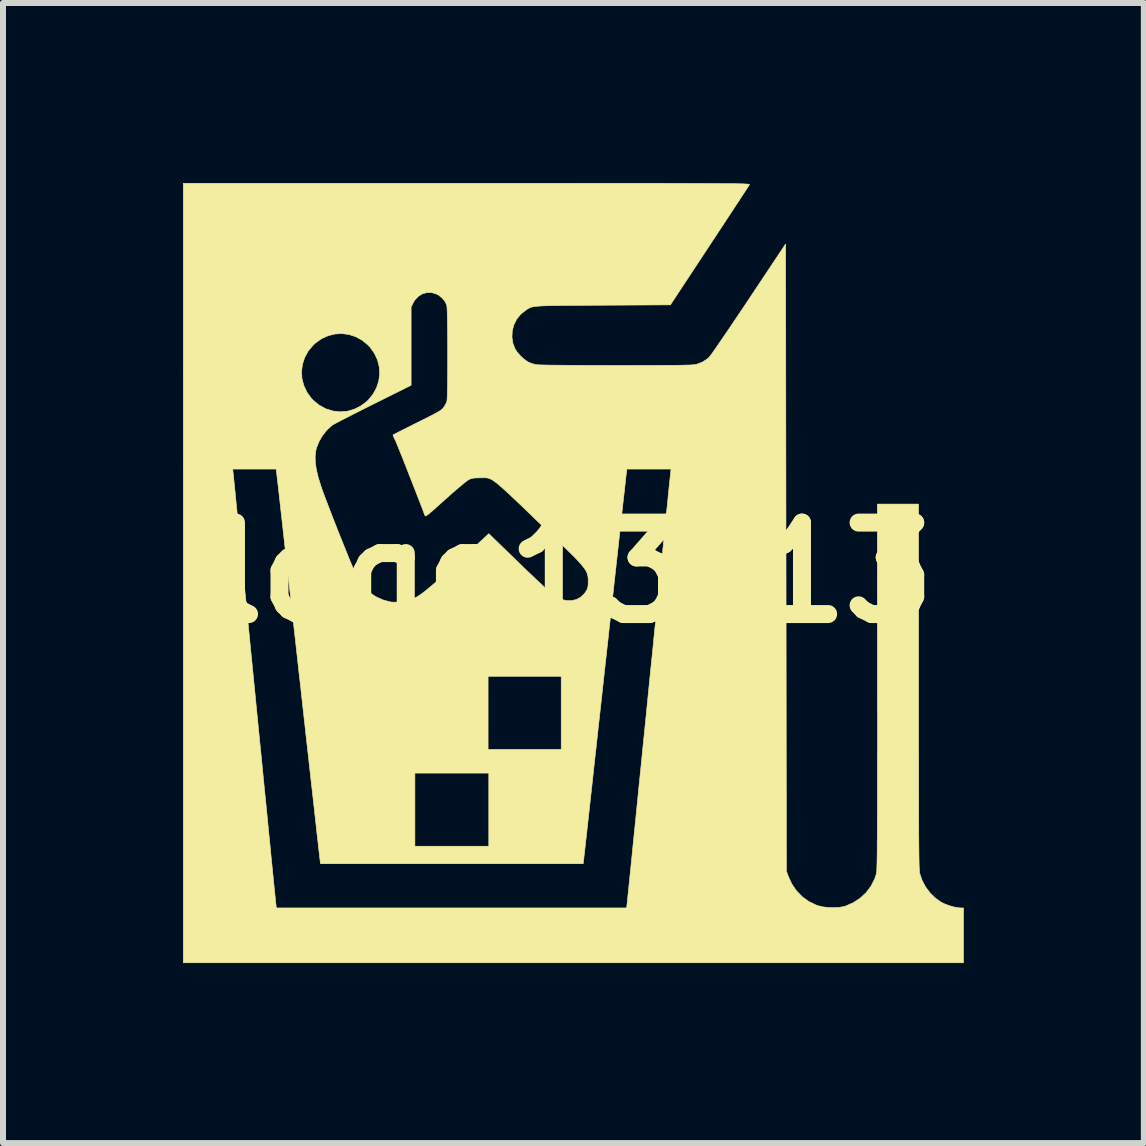
<source format=kicad_pcb>
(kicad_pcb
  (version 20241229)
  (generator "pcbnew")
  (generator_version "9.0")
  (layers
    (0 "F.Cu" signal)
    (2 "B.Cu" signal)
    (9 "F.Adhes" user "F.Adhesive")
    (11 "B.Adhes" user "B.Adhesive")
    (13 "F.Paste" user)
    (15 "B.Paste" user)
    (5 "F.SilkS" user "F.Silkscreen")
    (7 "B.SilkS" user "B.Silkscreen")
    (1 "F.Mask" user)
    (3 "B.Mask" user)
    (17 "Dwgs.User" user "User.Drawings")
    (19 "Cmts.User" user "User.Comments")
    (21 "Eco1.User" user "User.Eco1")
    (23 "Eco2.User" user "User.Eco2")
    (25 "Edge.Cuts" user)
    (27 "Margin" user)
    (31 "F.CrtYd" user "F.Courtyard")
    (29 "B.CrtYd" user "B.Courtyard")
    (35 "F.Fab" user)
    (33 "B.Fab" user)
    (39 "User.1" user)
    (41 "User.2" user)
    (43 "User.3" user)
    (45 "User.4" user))
  (footprint "logo13x13"
    (layer "F.Cu")
    (at 6.507 6.495)
    (property "Reference" "logo13x13" (at 0 0 0) (layer "F.SilkS") (effects (font (size 1.524 1.524) (thickness 0.3))))
    (attr through_hole)
    (fp_poly (pts (xy -1.365 -6.49) (xy -0.978 -6.49) (xy -0.614 -6.49) (xy -0.273 -6.49) (xy 0.045 -6.49) (xy 0.341 -6.489) (xy 0.617 -6.489) (xy 0.873 -6.489) (xy 1.109 -6.489) (xy 1.326 -6.489) (xy 1.526 -6.489) (xy 1.709 -6.488) (xy 1.875 -6.488) (xy 2.026 -6.487) (xy 2.162 -6.487) (xy 2.283 -6.486) (xy 2.392 -6.486) (xy 2.488 -6.485) (xy 2.572 -6.484) (xy 2.645 -6.484) (xy 2.708 -6.483) (xy 2.761 -6.482) (xy 2.806 -6.481) (xy 2.842 -6.48) (xy 2.871 -6.478) (xy 2.894 -6.477) (xy 2.911 -6.476) (xy 2.922 -6.474) (xy 2.93 -6.473) (xy 2.934 -6.471) (xy 2.935 -6.469) (xy 2.935 -6.467) (xy 2.926 -6.454) (xy 2.905 -6.421) (xy 2.871 -6.369) (xy 2.826 -6.301) (xy 2.772 -6.218) (xy 2.708 -6.121) (xy 2.636 -6.011) (xy 2.558 -5.892) (xy 2.473 -5.763) (xy 2.383 -5.627) (xy 2.289 -5.484) (xy 2.27 -5.455) (xy 1.617 -4.464) (xy 0.488 -4.458) (xy 0.29 -4.457) (xy 0.116 -4.456) (xy -0.036 -4.455) (xy -0.167 -4.454) (xy -0.28 -4.452) (xy -0.376 -4.451) (xy -0.456 -4.449) (xy -0.523 -4.446) (xy -0.578 -4.443) (xy -0.622 -4.439) (xy -0.658 -4.435) (xy -0.686 -4.429) (xy -0.71 -4.422) (xy -0.729 -4.414) (xy -0.747 -4.405) (xy -0.764 -4.395) (xy -0.782 -4.383) (xy -0.794 -4.375) (xy -0.879 -4.307) (xy -0.946 -4.224) (xy -0.993 -4.13) (xy -1.019 -4.029) (xy -1.024 -3.923) (xy -1.007 -3.818) (xy -0.975 -3.736) (xy -0.941 -3.682) (xy -0.891 -3.623) (xy -0.834 -3.568) (xy -0.776 -3.525) (xy -0.748 -3.508) (xy -0.698 -3.488) (xy -0.642 -3.472) (xy -0.622 -3.467) (xy -0.598 -3.465) (xy -0.549 -3.463) (xy -0.476 -3.461) (xy -0.38 -3.459) (xy -0.263 -3.458) (xy -0.124 -3.457) (xy 0.035 -3.456) (xy 0.213 -3.455) (xy 0.409 -3.455) (xy 0.623 -3.454) (xy 0.717 -3.454) (xy 0.927 -3.454) (xy 1.114 -3.455) (xy 1.278 -3.455) (xy 1.422 -3.455) (xy 1.546 -3.456) (xy 1.652 -3.456) (xy 1.742 -3.457) (xy 1.817 -3.458) (xy 1.879 -3.46) (xy 1.929 -3.461) (xy 1.969 -3.463) (xy 2 -3.465) (xy 2.024 -3.468) (xy 2.042 -3.471) (xy 2.056 -3.474) (xy 2.058 -3.475) (xy 2.148 -3.509) (xy 2.225 -3.558) (xy 2.264 -3.592) (xy 2.278 -3.61) (xy 2.305 -3.646) (xy 2.344 -3.701) (xy 2.393 -3.772) (xy 2.452 -3.858) (xy 2.52 -3.957) (xy 2.595 -4.067) (xy 2.676 -4.187) (xy 2.762 -4.315) (xy 2.853 -4.45) (xy 2.924 -4.557) (xy 3.537 -5.478) (xy 3.55 4.972) (xy 3.579 5.055) (xy 3.639 5.186) (xy 3.718 5.302) (xy 3.813 5.401) (xy 3.924 5.481) (xy 4.049 5.541) (xy 4.078 5.551) (xy 4.156 5.57) (xy 4.246 5.58) (xy 4.341 5.583) (xy 4.432 5.578) (xy 4.51 5.565) (xy 4.534 5.558) (xy 4.664 5.501) (xy 4.78 5.425) (xy 4.88 5.332) (xy 4.961 5.224) (xy 5.022 5.103) (xy 5.049 5.02) (xy 5.051 5.01) (xy 5.053 4.995) (xy 5.055 4.976) (xy 5.057 4.951) (xy 5.058 4.918) (xy 5.059 4.878) (xy 5.061 4.829) (xy 5.062 4.77) (xy 5.063 4.7) (xy 5.064 4.618) (xy 5.064 4.524) (xy 5.065 4.416) (xy 5.066 4.294) (xy 5.066 4.156) (xy 5.067 4.001) (xy 5.067 3.83) (xy 5.067 3.639) (xy 5.067 3.43) (xy 5.067 3.2) (xy 5.068 2.95) (xy 5.068 2.677) (xy 5.068 2.381) (xy 5.067 2.06) (xy 5.067 1.902) (xy 5.066 -1.143) (xy 5.753 -1.143) (xy 5.753 1.895) (xy 5.753 2.228) (xy 5.753 2.536) (xy 5.753 2.821) (xy 5.754 3.083) (xy 5.754 3.323) (xy 5.754 3.543) (xy 5.754 3.743) (xy 5.755 3.924) (xy 5.755 4.087) (xy 5.756 4.233) (xy 5.756 4.363) (xy 5.757 4.478) (xy 5.758 4.579) (xy 5.759 4.667) (xy 5.76 4.742) (xy 5.761 4.806) (xy 5.762 4.86) (xy 5.764 4.904) (xy 5.765 4.939) (xy 5.767 4.967) (xy 5.768 4.988) (xy 5.77 5.004) (xy 5.772 5.013) (xy 5.812 5.129) (xy 5.872 5.241) (xy 5.95 5.344) (xy 6.042 5.431) (xy 6.121 5.487) (xy 6.186 5.52) (xy 6.263 5.549) (xy 6.343 5.572) (xy 6.415 5.585) (xy 6.454 5.588) (xy 6.502 5.588) (xy 6.502 6.502) (xy -6.502 6.502) (xy -6.502 -1.727) (xy -5.679 -1.727) (xy -5.672 -1.667) (xy -5.67 -1.649) (xy -5.665 -1.607) (xy -5.659 -1.542) (xy -5.65 -1.455) (xy -5.639 -1.347) (xy -5.627 -1.218) (xy -5.612 -1.071) (xy -5.595 -0.905) (xy -5.577 -0.723) (xy -5.558 -0.524) (xy -5.536 -0.311) (xy -5.514 -0.083) (xy -5.49 0.157) (xy -5.465 0.409) (xy -5.439 0.672) (xy -5.412 0.944) (xy -5.385 1.226) (xy -5.356 1.515) (xy -5.327 1.81) (xy -5.315 1.93) (xy -5.286 2.228) (xy -5.257 2.52) (xy -5.229 2.805) (xy -5.201 3.081) (xy -5.175 3.348) (xy -5.15 3.604) (xy -5.125 3.849) (xy -5.102 4.082) (xy -5.081 4.301) (xy -5.06 4.506) (xy -5.042 4.695) (xy -5.025 4.867) (xy -5.009 5.022) (xy -4.996 5.159) (xy -4.984 5.275) (xy -4.974 5.371) (xy -4.967 5.445) (xy -4.962 5.496) (xy -4.959 5.524) (xy -4.958 5.528) (xy -4.951 5.588) (xy 0.887 5.588) (xy 0.894 5.528) (xy 0.896 5.51) (xy 0.901 5.468) (xy 0.907 5.403) (xy 0.916 5.316) (xy 0.927 5.208) (xy 0.94 5.079) (xy 0.955 4.932) (xy 0.972 4.766) (xy 0.99 4.584) (xy 1.01 4.385) (xy 1.032 4.172) (xy 1.055 3.944) (xy 1.079 3.704) (xy 1.104 3.452) (xy 1.131 3.189) (xy 1.158 2.917) (xy 1.187 2.635) (xy 1.216 2.346) (xy 1.245 2.051) (xy 1.257 1.93) (xy 1.287 1.632) (xy 1.317 1.341) (xy 1.345 1.056) (xy 1.373 0.78) (xy 1.4 0.513) (xy 1.426 0.257) (xy 1.45 0.011) (xy 1.474 -0.221) (xy 1.496 -0.44) (xy 1.516 -0.645) (xy 1.536 -0.834) (xy 1.553 -1.006) (xy 1.569 -1.161) (xy 1.582 -1.298) (xy 1.594 -1.414) (xy 1.604 -1.51) (xy 1.612 -1.584) (xy 1.617 -1.635) (xy 1.62 -1.663) (xy 1.62 -1.667) (xy 1.628 -1.727) (xy 0.892 -1.727) (xy 0.884 -1.673) (xy 0.882 -1.656) (xy 0.877 -1.615) (xy 0.87 -1.55) (xy 0.861 -1.464) (xy 0.849 -1.356) (xy 0.834 -1.229) (xy 0.818 -1.083) (xy 0.8 -0.919) (xy 0.78 -0.739) (xy 0.759 -0.544) (xy 0.736 -0.334) (xy 0.711 -0.111) (xy 0.685 0.124) (xy 0.658 0.371) (xy 0.63 0.627) (xy 0.601 0.893) (xy 0.571 1.166) (xy 0.54 1.446) (xy 0.527 1.562) (xy 0.496 1.844) (xy 0.466 2.121) (xy 0.436 2.389) (xy 0.407 2.649) (xy 0.38 2.9) (xy 0.353 3.14) (xy 0.328 3.368) (xy 0.305 3.584) (xy 0.282 3.785) (xy 0.262 3.972) (xy 0.243 4.142) (xy 0.226 4.296) (xy 0.211 4.431) (xy 0.198 4.546) (xy 0.188 4.641) (xy 0.179 4.715) (xy 0.174 4.766) (xy 0.17 4.793) (xy 0.17 4.797) (xy 0.162 4.851) (xy -4.215 4.851) (xy -4.222 4.797) (xy -4.224 4.78) (xy -4.229 4.739) (xy -4.236 4.674) (xy -4.246 4.588) (xy -4.258 4.48) (xy -4.273 4.353) (xy -4.289 4.207) (xy -4.307 4.044) (xy -4.327 3.864) (xy -4.349 3.668) (xy -4.373 3.458) (xy -4.386 3.34) (xy -2.642 3.34) (xy -2.642 4.559) (xy -1.41 4.559) (xy -1.41 3.34) (xy -2.642 3.34) (xy -4.386 3.34) (xy -4.398 3.235) (xy -4.424 3) (xy -4.452 2.754) (xy -4.48 2.497) (xy -4.51 2.232) (xy -4.54 1.959) (xy -4.566 1.727) (xy -1.422 1.727) (xy -1.422 2.946) (xy -0.203 2.946) (xy -0.203 1.727) (xy -1.422 1.727) (xy -4.566 1.727) (xy -4.572 1.679) (xy -4.585 1.562) (xy -4.616 1.28) (xy -4.647 1.004) (xy -4.677 0.735) (xy -4.706 0.475) (xy -4.734 0.224) (xy -4.761 -0.016) (xy -4.786 -0.244) (xy -4.811 -0.459) (xy -4.833 -0.661) (xy -4.854 -0.847) (xy -4.873 -1.018) (xy -4.89 -1.171) (xy -4.905 -1.306) (xy -4.918 -1.422) (xy -4.929 -1.517) (xy -4.938 -1.591) (xy -4.943 -1.642) (xy -4.947 -1.669) (xy -4.947 -1.673) (xy -4.955 -1.727) (xy -5.317 -1.727) (xy -5.679 -1.727) (xy -6.502 -1.727) (xy -6.502 -1.943) (xy -4.304 -1.943) (xy -4.302 -1.84) (xy -4.285 -1.723) (xy -4.254 -1.591) (xy -4.208 -1.442) (xy -4.191 -1.393) (xy -4.167 -1.326) (xy -4.136 -1.243) (xy -4.099 -1.147) (xy -4.058 -1.04) (xy -4.014 -0.926) (xy -3.967 -0.806) (xy -3.919 -0.684) (xy -3.87 -0.562) (xy -3.822 -0.442) (xy -3.776 -0.328) (xy -3.733 -0.221) (xy -3.693 -0.125) (xy -3.658 -0.041) (xy -3.629 0.027) (xy -3.607 0.076) (xy -3.593 0.106) (xy -3.592 0.108) (xy -3.509 0.224) (xy -3.41 0.321) (xy -3.296 0.399) (xy -3.169 0.456) (xy -3.048 0.488) (xy -2.998 0.492) (xy -2.933 0.49) (xy -2.861 0.484) (xy -2.792 0.473) (xy -2.734 0.46) (xy -2.73 0.458) (xy -2.697 0.447) (xy -2.663 0.433) (xy -2.628 0.415) (xy -2.589 0.392) (xy -2.546 0.363) (xy -2.497 0.327) (xy -2.441 0.283) (xy -2.377 0.23) (xy -2.303 0.166) (xy -2.218 0.091) (xy -2.12 0.004) (xy -2.009 -0.097) (xy -1.883 -0.212) (xy -1.74 -0.344) (xy -1.648 -0.429) (xy -1.41 -0.65) (xy -0.895 -0.15) (xy -0.798 -0.056) (xy -0.704 0.033) (xy -0.616 0.117) (xy -0.535 0.193) (xy -0.464 0.259) (xy -0.404 0.314) (xy -0.357 0.356) (xy -0.325 0.383) (xy -0.314 0.391) (xy -0.22 0.438) (xy -0.127 0.464) (xy -0.037 0.467) (xy 0.046 0.449) (xy 0.12 0.41) (xy 0.183 0.35) (xy 0.212 0.308) (xy 0.231 0.273) (xy 0.241 0.241) (xy 0.246 0.202) (xy 0.247 0.147) (xy 0.247 0.146) (xy 0.247 0.108) (xy 0.244 0.072) (xy 0.237 0.039) (xy 0.227 0.005) (xy 0.21 -0.03) (xy 0.186 -0.068) (xy 0.153 -0.111) (xy 0.11 -0.161) (xy 0.057 -0.22) (xy -0.01 -0.288) (xy -0.09 -0.367) (xy -0.185 -0.46) (xy -0.296 -0.568) (xy -0.369 -0.638) (xy -0.524 -0.787) (xy -0.662 -0.919) (xy -0.783 -1.036) (xy -0.89 -1.139) (xy -0.984 -1.228) (xy -1.065 -1.304) (xy -1.134 -1.368) (xy -1.194 -1.422) (xy -1.245 -1.466) (xy -1.288 -1.501) (xy -1.325 -1.528) (xy -1.357 -1.549) (xy -1.385 -1.563) (xy -1.41 -1.573) (xy -1.434 -1.579) (xy -1.457 -1.581) (xy -1.481 -1.582) (xy -1.507 -1.582) (xy -1.537 -1.581) (xy -1.549 -1.581) (xy -1.614 -1.58) (xy -1.66 -1.577) (xy -1.694 -1.571) (xy -1.725 -1.56) (xy -1.743 -1.551) (xy -1.769 -1.535) (xy -1.811 -1.502) (xy -1.867 -1.456) (xy -1.936 -1.398) (xy -2.015 -1.33) (xy -2.101 -1.253) (xy -2.134 -1.224) (xy -2.222 -1.145) (xy -2.292 -1.082) (xy -2.348 -1.032) (xy -2.391 -0.996) (xy -2.422 -0.97) (xy -2.444 -0.955) (xy -2.459 -0.947) (xy -2.468 -0.946) (xy -2.473 -0.951) (xy -2.475 -0.955) (xy -2.53 -1.1) (xy -2.586 -1.244) (xy -2.641 -1.386) (xy -2.695 -1.524) (xy -2.747 -1.656) (xy -2.795 -1.78) (xy -2.84 -1.893) (xy -2.88 -1.993) (xy -2.915 -2.079) (xy -2.943 -2.148) (xy -2.964 -2.199) (xy -2.978 -2.228) (xy -2.98 -2.233) (xy -2.997 -2.266) (xy -3.005 -2.29) (xy -3.004 -2.297) (xy -2.991 -2.304) (xy -2.958 -2.321) (xy -2.908 -2.347) (xy -2.843 -2.38) (xy -2.765 -2.419) (xy -2.678 -2.463) (xy -2.6 -2.502) (xy -2.493 -2.555) (xy -2.406 -2.599) (xy -2.338 -2.634) (xy -2.284 -2.663) (xy -2.244 -2.686) (xy -2.214 -2.705) (xy -2.193 -2.721) (xy -2.177 -2.736) (xy -2.164 -2.752) (xy -2.163 -2.753) (xy -2.136 -2.795) (xy -2.115 -2.838) (xy -2.109 -2.855) (xy -2.106 -2.878) (xy -2.103 -2.924) (xy -2.101 -2.99) (xy -2.099 -3.073) (xy -2.097 -3.17) (xy -2.096 -3.279) (xy -2.096 -3.396) (xy -2.095 -3.519) (xy -2.095 -3.645) (xy -2.095 -3.771) (xy -2.096 -3.895) (xy -2.097 -4.013) (xy -2.098 -4.123) (xy -2.1 -4.223) (xy -2.102 -4.309) (xy -2.104 -4.378) (xy -2.107 -4.428) (xy -2.11 -4.456) (xy -2.11 -4.459) (xy -2.139 -4.52) (xy -2.187 -4.577) (xy -2.245 -4.625) (xy -2.279 -4.643) (xy -2.36 -4.668) (xy -2.44 -4.669) (xy -2.517 -4.648) (xy -2.585 -4.606) (xy -2.643 -4.544) (xy -2.675 -4.489) (xy -2.705 -4.426) (xy -2.705 -3.775) (xy -2.705 -3.124) (xy -3.343 -2.806) (xy -3.463 -2.746) (xy -3.577 -2.688) (xy -3.683 -2.635) (xy -3.778 -2.586) (xy -3.862 -2.543) (xy -3.93 -2.507) (xy -3.981 -2.48) (xy -4.014 -2.462) (xy -4.023 -2.455) (xy -4.108 -2.378) (xy -4.183 -2.284) (xy -4.242 -2.181) (xy -4.284 -2.074) (xy -4.293 -2.036) (xy -4.304 -1.943) (xy -6.502 -1.943) (xy -6.502 -3.354) (xy -4.531 -3.354) (xy -4.524 -3.236) (xy -4.494 -3.121) (xy -4.443 -3.01) (xy -4.369 -2.908) (xy -4.338 -2.875) (xy -4.239 -2.793) (xy -4.128 -2.732) (xy -4.01 -2.695) (xy -3.887 -2.681) (xy -3.76 -2.692) (xy -3.758 -2.693) (xy -3.653 -2.724) (xy -3.55 -2.775) (xy -3.456 -2.843) (xy -3.421 -2.875) (xy -3.34 -2.974) (xy -3.281 -3.081) (xy -3.244 -3.195) (xy -3.229 -3.313) (xy -3.236 -3.431) (xy -3.265 -3.547) (xy -3.317 -3.657) (xy -3.39 -3.759) (xy -3.421 -3.792) (xy -3.52 -3.874) (xy -3.627 -3.933) (xy -3.742 -3.97) (xy -3.859 -3.985) (xy -3.977 -3.978) (xy -4.093 -3.948) (xy -4.203 -3.897) (xy -4.305 -3.823) (xy -4.338 -3.792) (xy -4.42 -3.694) (xy -4.479 -3.586) (xy -4.516 -3.472) (xy -4.531 -3.354) (xy -6.502 -3.354) (xy -6.502 -6.49) (xy -1.778 -6.49) (xy -1.365 -6.49)) (stroke (width 0.01) (type solid)) (fill yes) (layer "F.SilkS")))
  (gr_rect
    (start -3 -3)
    (end 16.015 16.002)
    (stroke (width 0.1) (type default))
    (fill no)
    (layer "Edge.Cuts")))
</source>
